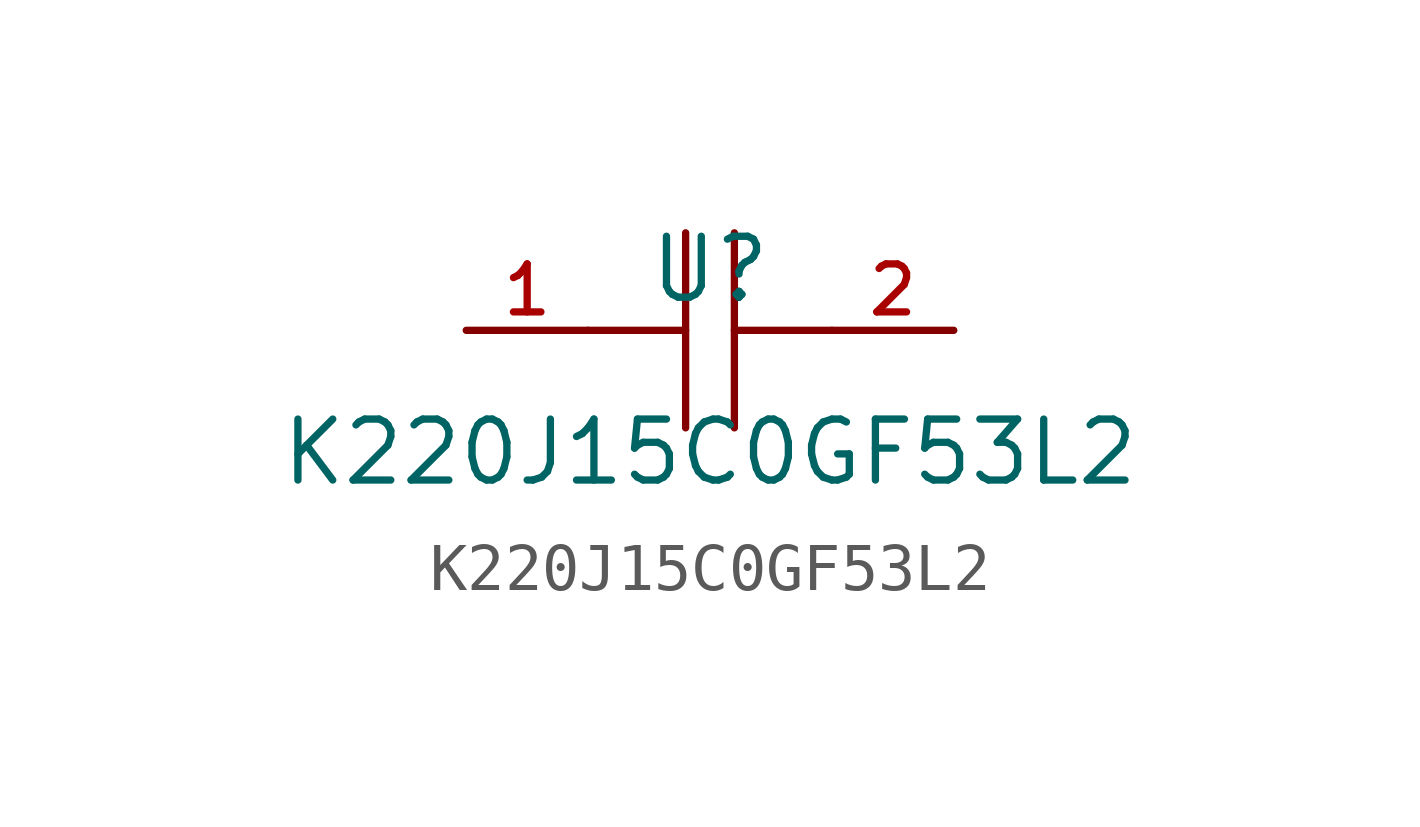
<source format=kicad_sym>
(kicad_symbol_lib
  (version 20210201)
  (generator TousstNicolas/JLC2KiCad_lib)
  (symbol "K220J15C0GF53L2"
    (pin_names hide)
    (property "Reference" "U"
      (at 0 1.27 0)
      (effects (font (size 1.27 1.27))))
    (property "Value" "K220J15C0GF53L2"
      (at 0 -2.54 0)
      (effects (font (size 1.27 1.27))))
    (symbol "K220J15C0GF53L2_0_1"
      (polyline (pts (xy -0.508 -0.0) (xy -2.54 -0.0)) (stroke (width 0) (type default) (color 0 0 0 0)) (fill (type none)))
      (pin unspecified line (at 5.08 -0.0 180) (length 2.54) (name "2" (effects (font (size 1 1)))) (number "2" (effects (font (size 1 1)))))
      (polyline (pts (xy 0.508 2.032) (xy 0.508 -2.032)) (stroke (width 0) (type default) (color 0 0 0 0)) (fill (type none)))
      (polyline (pts (xy 2.54 -0.0) (xy 0.508 -0.0)) (stroke (width 0) (type default) (color 0 0 0 0)) (fill (type none)))
      (pin unspecified line (at -5.08 -0.0 0) (length 2.54) (name "1" (effects (font (size 1 1)))) (number "1" (effects (font (size 1 1)))))
      (polyline (pts (xy -0.508 -2.032) (xy -0.508 2.032)) (stroke (width 0) (type default) (color 0 0 0 0)) (fill (type none))))))
</source>
